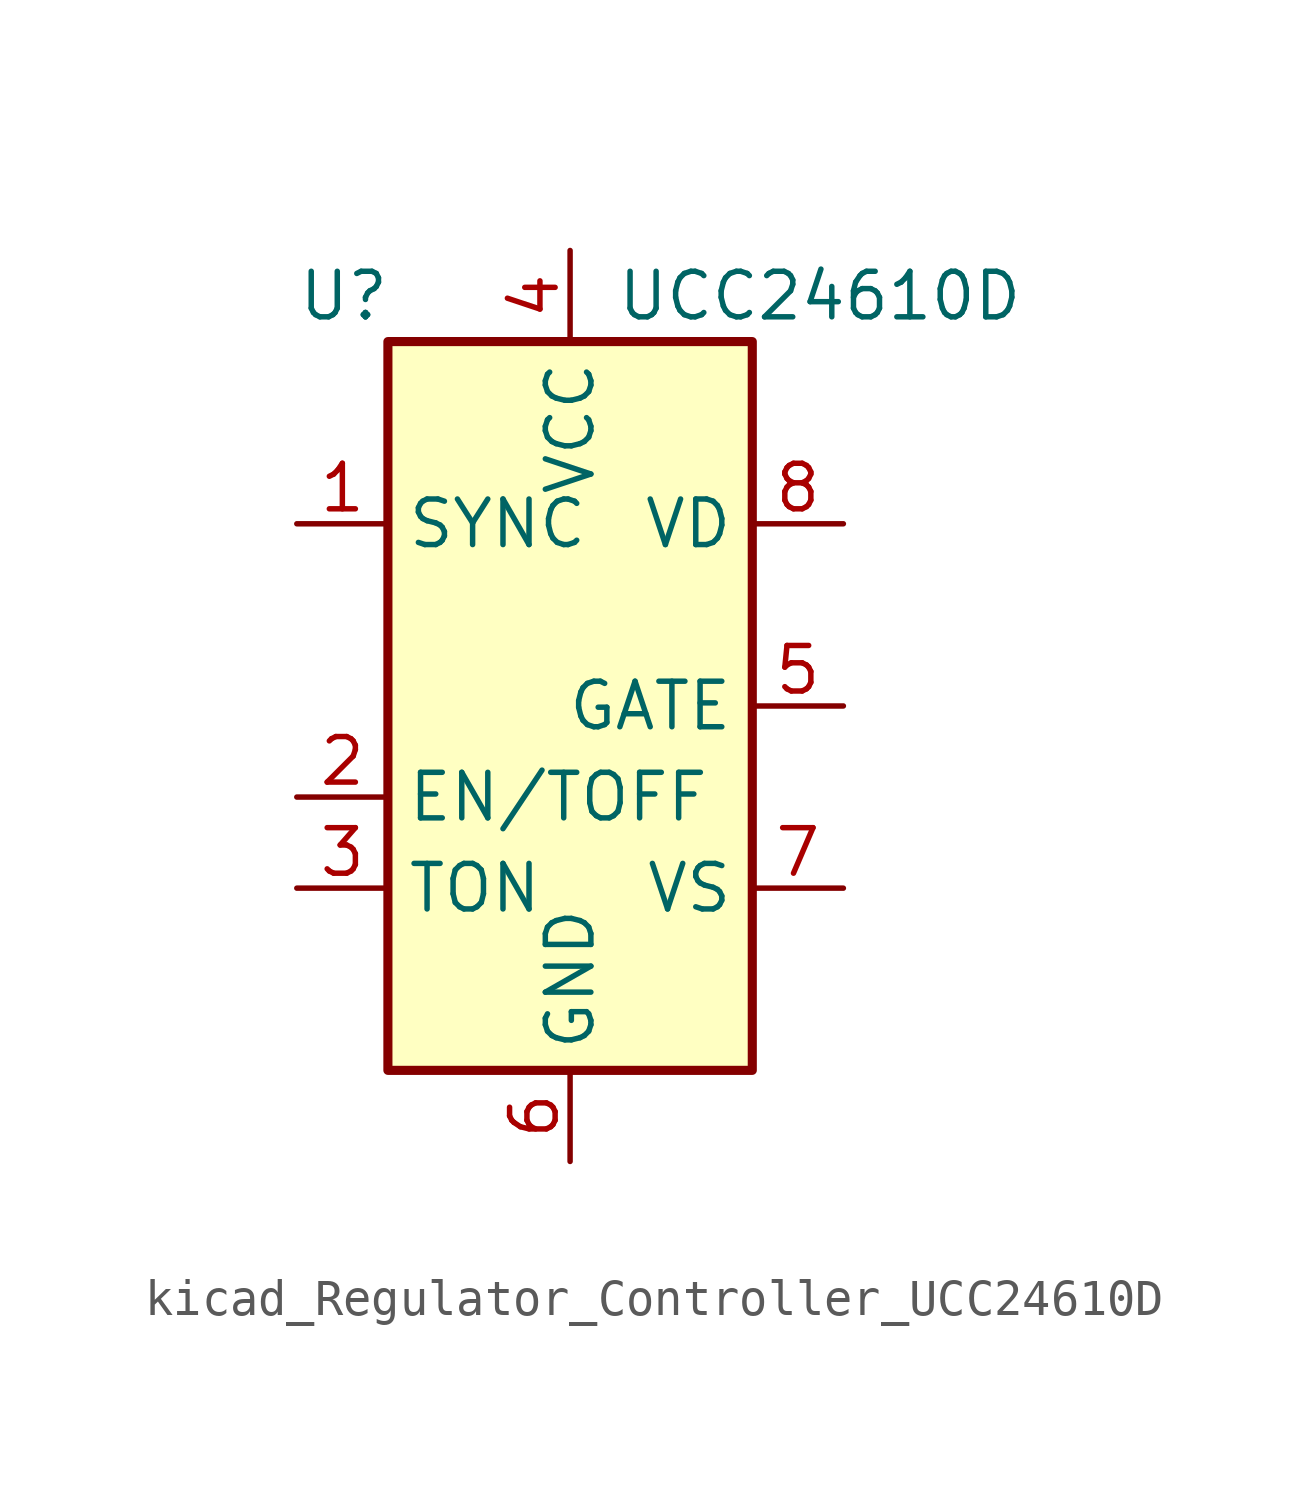
<source format=kicad_sym>
(kicad_symbol_lib
  (version 20220914)
  (generator kicad_symbol_editor)
  (symbol "kicad_Regulator_Controller_UCC24610D"
    (property "Reference" "U"
      (at -7.62 11.43 0)
      (effects (font (size 1.27 1.27)) (justify left)))
    (property "Value" "UCC24610D"
      (at 1.27 11.43 0)
      (effects (font (size 1.27 1.27)) (justify left)))
    (symbol "kicad_Regulator_Controller_UCC24610D_0_1"
      (rectangle (start -5.08 -10.16) (end 5.08 10.16) (stroke (width 0.254) (type default)) (fill (type background))))
    (symbol "kicad_Regulator_Controller_UCC24610D_1_1"
      (pin input line (at -7.62 5.08 0) (length 2.54) (name "SYNC" (effects (font (size 1.27 1.27)))) (number "1" (effects (font (size 1.27 1.27)))))
      (pin input line (at -7.62 -2.54 0) (length 2.54) (name "EN/TOFF" (effects (font (size 1.27 1.27)))) (number "2" (effects (font (size 1.27 1.27)))))
      (pin input line (at -7.62 -5.08 0) (length 2.54) (name "TON" (effects (font (size 1.27 1.27)))) (number "3" (effects (font (size 1.27 1.27)))))
      (pin power_in line (at 0 12.7 270) (length 2.54) (name "VCC" (effects (font (size 1.27 1.27)))) (number "4" (effects (font (size 1.27 1.27)))))
      (pin output line (at 7.62 0 180) (length 2.54) (name "GATE" (effects (font (size 1.27 1.27)))) (number "5" (effects (font (size 1.27 1.27)))))
      (pin power_in line (at 0 -12.7 90) (length 2.54) (name "GND" (effects (font (size 1.27 1.27)))) (number "6" (effects (font (size 1.27 1.27)))))
      (pin input line (at 7.62 -5.08 180) (length 2.54) (name "VS" (effects (font (size 1.27 1.27)))) (number "7" (effects (font (size 1.27 1.27)))))
      (pin input line (at 7.62 5.08 180) (length 2.54) (name "VD" (effects (font (size 1.27 1.27)))) (number "8" (effects (font (size 1.27 1.27))))))))
</source>
